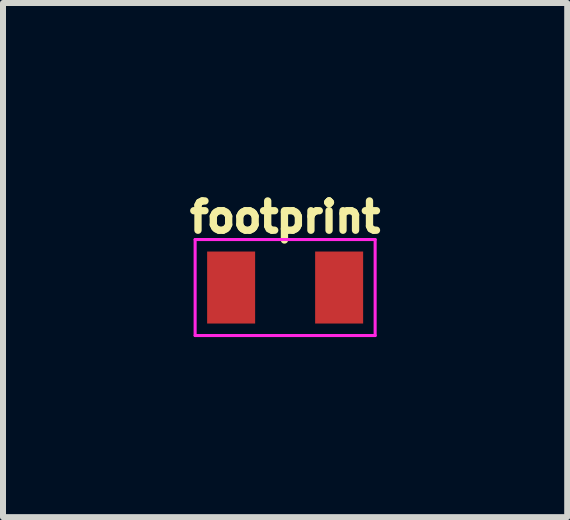
<source format=kicad_pcb>
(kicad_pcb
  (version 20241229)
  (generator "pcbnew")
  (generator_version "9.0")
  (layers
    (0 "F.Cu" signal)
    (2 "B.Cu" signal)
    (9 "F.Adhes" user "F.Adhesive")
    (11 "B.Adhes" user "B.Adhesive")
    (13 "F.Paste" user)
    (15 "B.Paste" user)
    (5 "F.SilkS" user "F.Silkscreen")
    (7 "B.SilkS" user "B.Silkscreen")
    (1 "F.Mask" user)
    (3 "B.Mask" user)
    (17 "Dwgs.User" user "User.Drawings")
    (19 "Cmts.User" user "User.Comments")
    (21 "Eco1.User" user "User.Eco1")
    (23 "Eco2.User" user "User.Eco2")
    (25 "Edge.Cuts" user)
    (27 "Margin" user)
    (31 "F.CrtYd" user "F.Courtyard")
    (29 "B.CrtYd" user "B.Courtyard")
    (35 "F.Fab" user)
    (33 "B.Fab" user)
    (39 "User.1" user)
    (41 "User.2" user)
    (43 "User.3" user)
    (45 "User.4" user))
  (footprint "footprint"
    (layer "F.Cu")
    (at 1.702 1.742)
    (property "Reference" "footprint" (at 0 -0.889 0) (layer "F.SilkS") (effects (font (size 0.488 0.488) (thickness 0.122)) (justify bottom)))
    (fp_line (start -1.5 -0.8) (end 1.5 -0.8) (stroke (width 0.051) (type solid)) (layer "F.CrtYd"))
    (fp_line (start -1.5 0.8) (end -1.5 -0.8) (stroke (width 0.051) (type solid)) (layer "F.CrtYd"))
    (fp_line (start 1.5 -0.8) (end 1.5 0.8) (stroke (width 0.051) (type solid)) (layer "F.CrtYd"))
    (fp_line (start 1.5 0.8) (end -1.5 0.8) (stroke (width 0.051) (type solid)) (layer "F.CrtYd"))
    (pad "1" smd rect (at -0.9 0) (size 0.8 1.2) (layers "F.Cu" "F.Mask"))
    (pad "2" smd rect (at 0.9 0) (size 0.8 1.2) (layers "F.Cu" "F.Mask")))
  (gr_rect
    (start -3 -3)
    (end 6.403 5.568)
    (stroke (width 0.1) (type default))
    (fill no)
    (layer "Edge.Cuts")))
</source>
